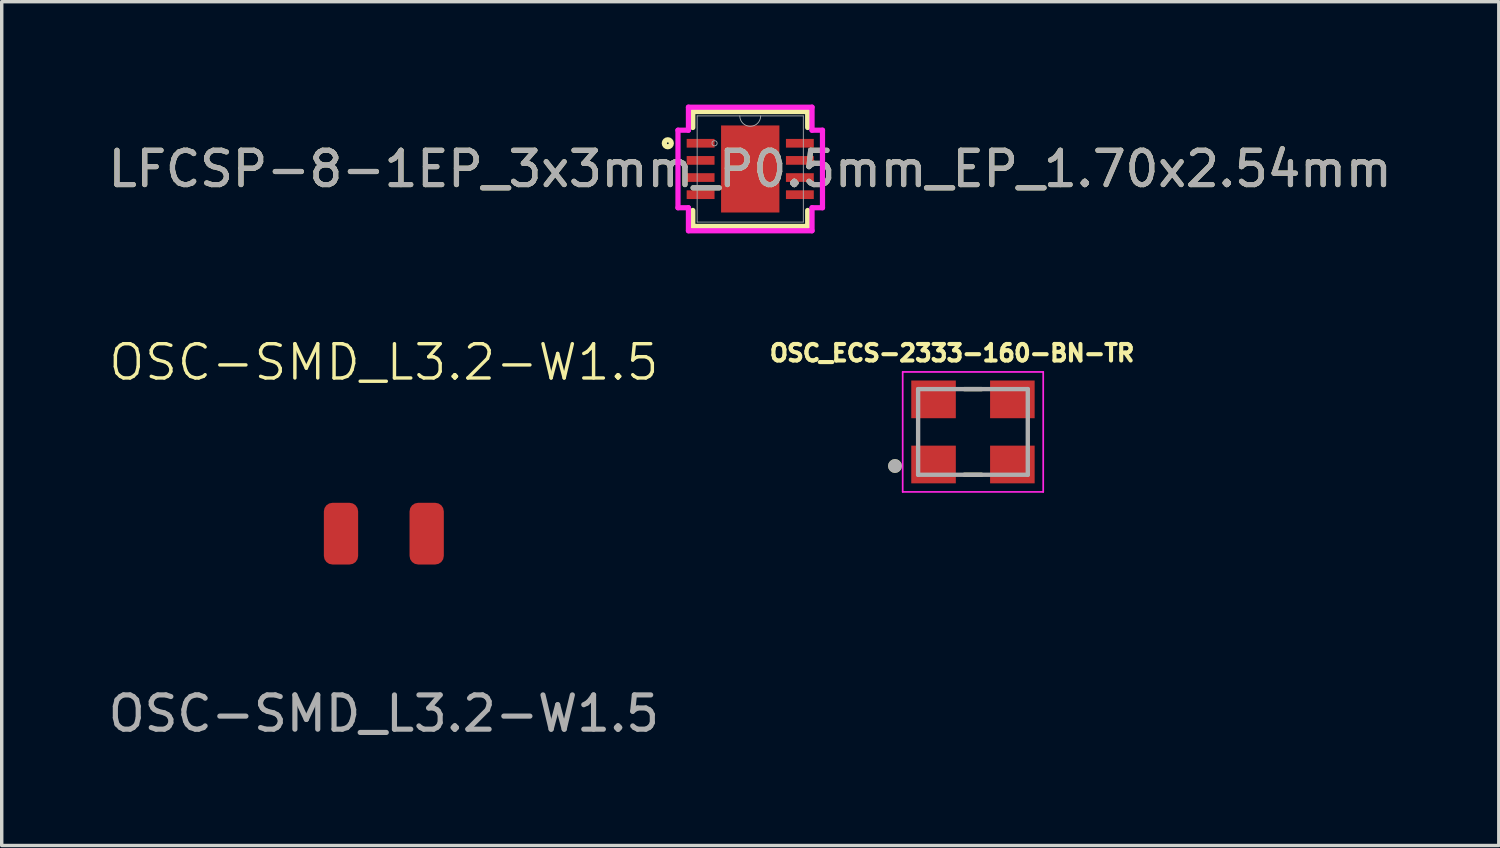
<source format=kicad_pcb>
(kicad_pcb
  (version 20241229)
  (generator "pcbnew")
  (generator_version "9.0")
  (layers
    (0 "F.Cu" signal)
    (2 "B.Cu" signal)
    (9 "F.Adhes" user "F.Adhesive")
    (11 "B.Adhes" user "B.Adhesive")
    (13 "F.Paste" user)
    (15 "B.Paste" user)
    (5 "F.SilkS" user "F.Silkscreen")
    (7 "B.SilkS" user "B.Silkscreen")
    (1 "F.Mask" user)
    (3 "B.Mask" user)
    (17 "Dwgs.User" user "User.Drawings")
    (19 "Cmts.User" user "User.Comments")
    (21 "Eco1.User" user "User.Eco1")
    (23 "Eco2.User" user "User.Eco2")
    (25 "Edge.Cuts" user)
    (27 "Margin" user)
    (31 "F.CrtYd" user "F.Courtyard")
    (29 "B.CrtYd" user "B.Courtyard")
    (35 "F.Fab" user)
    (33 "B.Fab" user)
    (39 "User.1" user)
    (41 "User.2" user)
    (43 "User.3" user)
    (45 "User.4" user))
  (footprint "OSC-SMD_L3.2-W1.5"
    (layer "F.Cu")
    (at 8.149 12.52)
    (property "Reference" "OSC-SMD_L3.2-W1.5" (at 0 -5 0) (unlocked yes) (layer "F.SilkS") (effects (font (size 1 1) (thickness 0.1))))
    (attr smd)
    (fp_text user "${REFERENCE}" (at 0 5.25 0) (unlocked yes) (layer "F.Fab") (effects (font (size 1 1) (thickness 0.15))))
    (pad "1" smd roundrect (at 1.25 0) (size 1 1.8) (layers "F.Cu" "F.Mask" "F.Paste") (roundrect_rratio 0.25))
    (pad "2" smd roundrect (at -1.25 0) (size 1 1.8) (layers "F.Cu" "F.Mask" "F.Paste") (roundrect_rratio 0.25)))
  (footprint "OSC_ECS-2333-160-BN-TR"
    (layer "F.Cu")
    (at 25.337 9.552)
    (property "Reference" "OSC_ECS-2333-160-BN-TR" (at -0.61 -2.301 0) (layer "F.SilkS") (effects (font (size 0.481 0.481) (thickness 0.15))))
    (attr smd)
    (fp_line (start -0.25 -1.25) (end 0.25 -1.25) (stroke (width 0.127) (type solid)) (layer "F.SilkS"))
    (fp_line (start -0.25 1.25) (end 0.25 1.25) (stroke (width 0.127) (type solid)) (layer "F.SilkS"))
    (fp_circle (center -2.275 0.994) (end -2.175 0.994) (stroke (width 0.2) (type solid)) (fill no) (layer "F.SilkS"))
    (fp_line (start -2.05 -1.75) (end 2.05 -1.75) (stroke (width 0.05) (type solid)) (layer "F.CrtYd"))
    (fp_line (start -2.05 1.75) (end -2.05 -1.75) (stroke (width 0.05) (type solid)) (layer "F.CrtYd"))
    (fp_line (start 2.05 -1.75) (end 2.05 1.75) (stroke (width 0.05) (type solid)) (layer "F.CrtYd"))
    (fp_line (start 2.05 1.75) (end -2.05 1.75) (stroke (width 0.05) (type solid)) (layer "F.CrtYd"))
    (fp_line (start -1.6 -1.25) (end 1.6 -1.25) (stroke (width 0.127) (type solid)) (layer "F.Fab"))
    (fp_line (start -1.6 1.25) (end -1.6 -1.25) (stroke (width 0.127) (type solid)) (layer "F.Fab"))
    (fp_line (start 1.6 -1.25) (end 1.6 1.25) (stroke (width 0.127) (type solid)) (layer "F.Fab"))
    (fp_line (start 1.6 1.25) (end -1.6 1.25) (stroke (width 0.127) (type solid)) (layer "F.Fab"))
    (fp_circle (center -2.275 0.994) (end -2.175 0.994) (stroke (width 0.2) (type solid)) (fill no) (layer "F.Fab"))
    (pad "1" smd rect (at -1.15 0.95 90) (size 1.1 1.3) (layers "F.Cu" "F.Mask" "F.Paste"))
    (pad "2" smd rect (at 1.15 0.95 90) (size 1.1 1.3) (layers "F.Cu" "F.Mask" "F.Paste"))
    (pad "3" smd rect (at 1.15 -0.95 90) (size 1.1 1.3) (layers "F.Cu" "F.Mask" "F.Paste"))
    (pad "4" smd rect (at -1.15 -0.95 90) (size 1.1 1.3) (layers "F.Cu" "F.Mask" "F.Paste")))
  (footprint "LFCSP-8-1EP_3x3mm_P0.5mm_EP_1.70x2.54mm"
    (layer "F.Cu")
    (at 18.839 1.88)
    (property "Reference" "LFCSP-8-1EP_3x3mm_P0.5mm_EP_1.70x2.54mm" (at 0 0 0) (unlocked yes) (layer "F.SilkS") (effects (font (size 1 1) (thickness 0.15))))
    (attr smd)
    (fp_line (start -1.676 -1.676) (end -1.676 -1.21) (stroke (width 0.152) (type solid)) (layer "F.SilkS"))
    (fp_line (start -1.676 1.21) (end -1.676 1.676) (stroke (width 0.152) (type solid)) (layer "F.SilkS"))
    (fp_line (start -1.676 1.676) (end 1.676 1.676) (stroke (width 0.152) (type solid)) (layer "F.SilkS"))
    (fp_line (start 1.676 -1.676) (end -1.676 -1.676) (stroke (width 0.152) (type solid)) (layer "F.SilkS"))
    (fp_line (start 1.676 -1.21) (end 1.676 -1.676) (stroke (width 0.152) (type solid)) (layer "F.SilkS"))
    (fp_line (start 1.676 1.676) (end 1.676 1.21) (stroke (width 0.152) (type solid)) (layer "F.SilkS"))
    (fp_circle (center -2.405 -0.75) (end -2.303 -0.75) (stroke (width 0.152) (type solid)) (fill no) (layer "F.SilkS"))
    (fp_poly (pts (xy -0.751 -1.17) (xy -0.751 -0.1) (xy 0.751 -0.1) (xy 0.751 -1.17)) (stroke (width 0) (type solid)) (fill yes) (layer "F.Paste"))
    (fp_poly (pts (xy -0.751 0.1) (xy -0.751 1.17) (xy 0.751 1.17) (xy 0.751 0.1)) (stroke (width 0) (type solid)) (fill yes) (layer "F.Paste"))
    (fp_line (start -2.108 -1.131) (end -1.803 -1.131) (stroke (width 0.152) (type solid)) (layer "F.CrtYd"))
    (fp_line (start -2.108 1.131) (end -2.108 -1.131) (stroke (width 0.152) (type solid)) (layer "F.CrtYd"))
    (fp_line (start -2.108 1.131) (end -1.803 1.131) (stroke (width 0.152) (type solid)) (layer "F.CrtYd"))
    (fp_line (start -1.803 -1.803) (end 1.803 -1.803) (stroke (width 0.152) (type solid)) (layer "F.CrtYd"))
    (fp_line (start -1.803 -1.131) (end -1.803 -1.803) (stroke (width 0.152) (type solid)) (layer "F.CrtYd"))
    (fp_line (start -1.803 1.803) (end -1.803 1.131) (stroke (width 0.152) (type solid)) (layer "F.CrtYd"))
    (fp_line (start 1.803 -1.803) (end 1.803 -1.131) (stroke (width 0.152) (type solid)) (layer "F.CrtYd"))
    (fp_line (start 1.803 1.131) (end 1.803 1.803) (stroke (width 0.152) (type solid)) (layer "F.CrtYd"))
    (fp_line (start 1.803 1.803) (end -1.803 1.803) (stroke (width 0.152) (type solid)) (layer "F.CrtYd"))
    (fp_line (start 2.108 -1.131) (end 1.803 -1.131) (stroke (width 0.152) (type solid)) (layer "F.CrtYd"))
    (fp_line (start 2.108 -1.131) (end 2.108 1.131) (stroke (width 0.152) (type solid)) (layer "F.CrtYd"))
    (fp_line (start 2.108 1.131) (end 1.803 1.131) (stroke (width 0.152) (type solid)) (layer "F.CrtYd"))
    (fp_line (start -1.549 -1.549) (end -1.549 1.549) (stroke (width 0.025) (type solid)) (layer "F.Fab"))
    (fp_line (start -1.549 1.549) (end 1.549 1.549) (stroke (width 0.025) (type solid)) (layer "F.Fab"))
    (fp_line (start 1.549 -1.549) (end -1.549 -1.549) (stroke (width 0.025) (type solid)) (layer "F.Fab"))
    (fp_line (start 1.549 1.549) (end 1.549 -1.549) (stroke (width 0.025) (type solid)) (layer "F.Fab"))
    (fp_arc (start 0.3048 -1.5494) (mid 0 -1.2446) (end -0.3048 -1.5494) (stroke (width 0.0254) (type solid)) (layer "F.Fab"))
    (fp_circle (center -1.041 -0.75) (end -0.965 -0.75) (stroke (width 0.025) (type solid)) (fill no) (layer "F.Fab"))
    (fp_text user "${REFERENCE}" (at 0 0 0) (unlocked yes) (layer "F.Fab") (effects (font (size 1 1) (thickness 0.15))))
    (pad "1" smd rect (at -1.448 -0.75) (size 0.813 0.254) (layers "F.Cu" "F.Mask" "F.Paste"))
    (pad "2" smd rect (at -1.448 -0.25) (size 0.813 0.254) (layers "F.Cu" "F.Mask" "F.Paste"))
    (pad "3" smd rect (at -1.448 0.25) (size 0.813 0.254) (layers "F.Cu" "F.Mask" "F.Paste"))
    (pad "4" smd rect (at -1.448 0.75) (size 0.813 0.254) (layers "F.Cu" "F.Mask" "F.Paste"))
    (pad "5" smd rect (at 1.448 0.75) (size 0.813 0.254) (layers "F.Cu" "F.Mask" "F.Paste"))
    (pad "6" smd rect (at 1.448 0.25) (size 0.813 0.254) (layers "F.Cu" "F.Mask" "F.Paste"))
    (pad "7" smd rect (at 1.448 -0.25) (size 0.813 0.254) (layers "F.Cu" "F.Mask" "F.Paste"))
    (pad "8" smd rect (at 1.448 -0.75) (size 0.813 0.254) (layers "F.Cu" "F.Mask" "F.Paste"))
    (pad "9" smd rect (at 0 0) (size 1.702 2.54) (layers "F.Cu" "F.Mask" "F.Paste")))
  (gr_rect
    (start -3 -3)
    (end 40.679 21.618)
    (stroke (width 0.1) (type default))
    (fill no)
    (layer "Edge.Cuts")))
</source>
